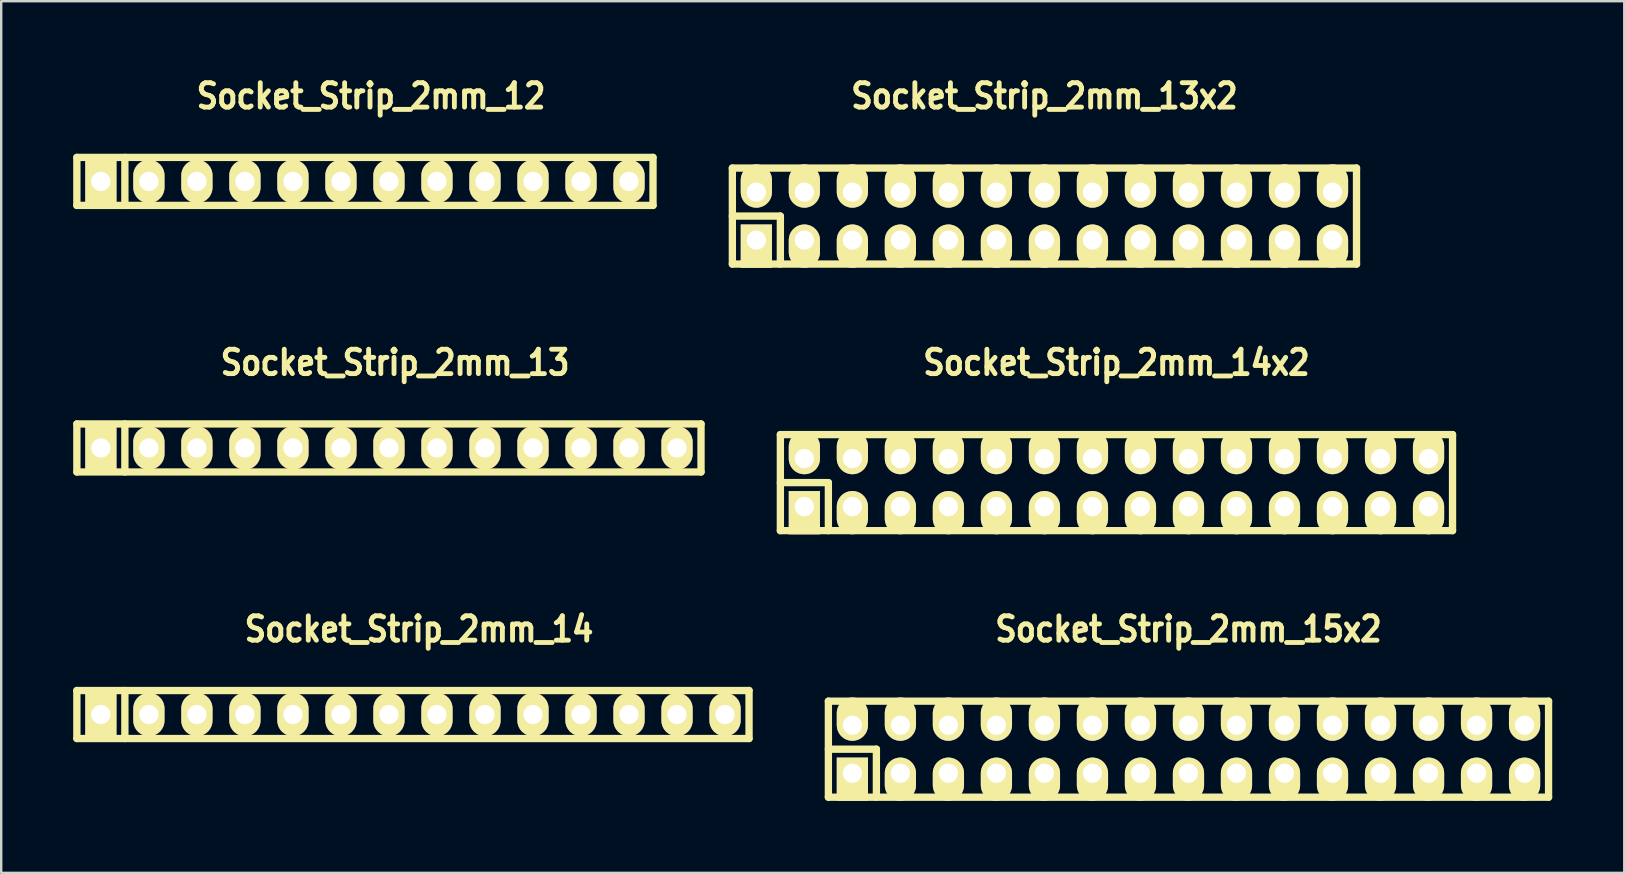
<source format=kicad_pcb>
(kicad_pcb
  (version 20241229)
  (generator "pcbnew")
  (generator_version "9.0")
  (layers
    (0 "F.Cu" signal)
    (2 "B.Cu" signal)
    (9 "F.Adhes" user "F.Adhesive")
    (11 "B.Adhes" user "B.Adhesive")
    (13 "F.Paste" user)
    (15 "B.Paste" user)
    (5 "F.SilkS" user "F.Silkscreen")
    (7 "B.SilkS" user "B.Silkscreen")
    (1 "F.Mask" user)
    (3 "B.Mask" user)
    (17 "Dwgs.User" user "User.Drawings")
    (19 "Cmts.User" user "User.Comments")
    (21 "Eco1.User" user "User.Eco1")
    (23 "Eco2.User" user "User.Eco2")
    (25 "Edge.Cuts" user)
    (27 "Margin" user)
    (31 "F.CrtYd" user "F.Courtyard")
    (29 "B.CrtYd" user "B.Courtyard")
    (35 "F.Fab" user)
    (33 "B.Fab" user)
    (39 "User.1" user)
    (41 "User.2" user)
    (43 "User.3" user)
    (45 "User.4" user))
  (footprint "Socket_Strip_2mm_15x2"
    (layer "F.Cu")
    (at 46.457 28.158)
    (property "Reference" "Socket_Strip_2mm_15x2" (at 0 -5 0) (layer "F.SilkS") (effects (font (size 1.016 0.889) (thickness 0.203))))
    (attr through_hole)
    (fp_line (start -15 -2) (end 15 -2) (stroke (width 0.305) (type solid)) (layer "F.SilkS"))
    (fp_line (start -15 0) (end -13 0) (stroke (width 0.305) (type solid)) (layer "F.SilkS"))
    (fp_line (start -15 2) (end -15 -2) (stroke (width 0.305) (type solid)) (layer "F.SilkS"))
    (fp_line (start -13 0) (end -13 2) (stroke (width 0.305) (type solid)) (layer "F.SilkS"))
    (fp_line (start 15 -2) (end 15 2) (stroke (width 0.305) (type solid)) (layer "F.SilkS"))
    (fp_line (start 15 2) (end -15 2) (stroke (width 0.305) (type solid)) (layer "F.SilkS"))
    (pad "1" thru_hole rect (at -14 1) (size 1.3 1.8) (drill 0.8 (offset 0 0.25)) (layers "*.Cu" "*.Mask" "F.SilkS"))
    (pad "2" thru_hole oval (at -14 -1) (size 1.3 1.8) (drill 0.8 (offset 0 -0.25)) (layers "*.Cu" "*.Mask" "F.SilkS"))
    (pad "3" thru_hole oval (at -12 1) (size 1.3 1.8) (drill 0.8 (offset 0 0.25)) (layers "*.Cu" "*.Mask" "F.SilkS"))
    (pad "4" thru_hole oval (at -12 -1) (size 1.3 1.8) (drill 0.8 (offset 0 -0.25)) (layers "*.Cu" "*.Mask" "F.SilkS"))
    (pad "5" thru_hole oval (at -10 1) (size 1.3 1.8) (drill 0.8 (offset 0 0.25)) (layers "*.Cu" "*.Mask" "F.SilkS"))
    (pad "6" thru_hole oval (at -10 -1) (size 1.3 1.8) (drill 0.8 (offset 0 -0.25)) (layers "*.Cu" "*.Mask" "F.SilkS"))
    (pad "7" thru_hole oval (at -8 1) (size 1.3 1.8) (drill 0.8 (offset 0 0.25)) (layers "*.Cu" "*.Mask" "F.SilkS"))
    (pad "8" thru_hole oval (at -8 -1) (size 1.3 1.8) (drill 0.8 (offset 0 -0.25)) (layers "*.Cu" "*.Mask" "F.SilkS"))
    (pad "9" thru_hole oval (at -6 1) (size 1.3 1.8) (drill 0.8 (offset 0 0.25)) (layers "*.Cu" "*.Mask" "F.SilkS"))
    (pad "10" thru_hole oval (at -6 -1) (size 1.3 1.8) (drill 0.8 (offset 0 -0.25)) (layers "*.Cu" "*.Mask" "F.SilkS"))
    (pad "11" thru_hole oval (at -4 1) (size 1.3 1.8) (drill 0.8 (offset 0 0.25)) (layers "*.Cu" "*.Mask" "F.SilkS"))
    (pad "12" thru_hole oval (at -4 -1) (size 1.3 1.8) (drill 0.8 (offset 0 -0.25)) (layers "*.Cu" "*.Mask" "F.SilkS"))
    (pad "13" thru_hole oval (at -2 1) (size 1.3 1.8) (drill 0.8 (offset 0 0.25)) (layers "*.Cu" "*.Mask" "F.SilkS"))
    (pad "14" thru_hole oval (at -2 -1) (size 1.3 1.8) (drill 0.8 (offset 0 -0.25)) (layers "*.Cu" "*.Mask" "F.SilkS"))
    (pad "15" thru_hole oval (at 0 1) (size 1.3 1.8) (drill 0.8 (offset 0 0.25)) (layers "*.Cu" "*.Mask" "F.SilkS"))
    (pad "16" thru_hole oval (at 0 -1) (size 1.3 1.8) (drill 0.8 (offset 0 -0.25)) (layers "*.Cu" "*.Mask" "F.SilkS"))
    (pad "17" thru_hole oval (at 2 1) (size 1.3 1.8) (drill 0.8 (offset 0 0.25)) (layers "*.Cu" "*.Mask" "F.SilkS"))
    (pad "18" thru_hole oval (at 2 -1) (size 1.3 1.8) (drill 0.8 (offset 0 -0.25)) (layers "*.Cu" "*.Mask" "F.SilkS"))
    (pad "19" thru_hole oval (at 4 1) (size 1.3 1.8) (drill 0.8 (offset 0 0.25)) (layers "*.Cu" "*.Mask" "F.SilkS"))
    (pad "20" thru_hole oval (at 4 -1) (size 1.3 1.8) (drill 0.8 (offset 0 -0.25)) (layers "*.Cu" "*.Mask" "F.SilkS"))
    (pad "21" thru_hole oval (at 6 1) (size 1.3 1.8) (drill 0.8 (offset 0 0.25)) (layers "*.Cu" "*.Mask" "F.SilkS"))
    (pad "22" thru_hole oval (at 6 -1) (size 1.3 1.8) (drill 0.8 (offset 0 -0.25)) (layers "*.Cu" "*.Mask" "F.SilkS"))
    (pad "23" thru_hole oval (at 8 1) (size 1.3 1.8) (drill 0.8 (offset 0 0.25)) (layers "*.Cu" "*.Mask" "F.SilkS"))
    (pad "24" thru_hole oval (at 8 -1) (size 1.3 1.8) (drill 0.8 (offset 0 -0.25)) (layers "*.Cu" "*.Mask" "F.SilkS"))
    (pad "25" thru_hole oval (at 10 1) (size 1.3 1.8) (drill 0.8 (offset 0 0.25)) (layers "*.Cu" "*.Mask" "F.SilkS"))
    (pad "26" thru_hole oval (at 10 -1) (size 1.3 1.8) (drill 0.8 (offset 0 -0.25)) (layers "*.Cu" "*.Mask" "F.SilkS"))
    (pad "27" thru_hole oval (at 12 1) (size 1.3 1.8) (drill 0.8 (offset 0 0.25)) (layers "*.Cu" "*.Mask" "F.SilkS"))
    (pad "28" thru_hole oval (at 12 -1) (size 1.3 1.8) (drill 0.8 (offset 0 -0.25)) (layers "*.Cu" "*.Mask" "F.SilkS"))
    (pad "29" thru_hole oval (at 14 1) (size 1.3 1.8) (drill 0.8 (offset 0 0.25)) (layers "*.Cu" "*.Mask" "F.SilkS"))
    (pad "30" thru_hole oval (at 14 -1) (size 1.3 1.8) (drill 0.8 (offset 0 -0.25)) (layers "*.Cu" "*.Mask" "F.SilkS")))
  (footprint "Socket_Strip_2mm_14x2"
    (layer "F.Cu")
    (at 43.457 17.054)
    (property "Reference" "Socket_Strip_2mm_14x2" (at 0 -5 0) (layer "F.SilkS") (effects (font (size 1.016 0.889) (thickness 0.203))))
    (attr through_hole)
    (fp_line (start -14 -2) (end 14 -2) (stroke (width 0.305) (type solid)) (layer "F.SilkS"))
    (fp_line (start -14 0) (end -12 0) (stroke (width 0.305) (type solid)) (layer "F.SilkS"))
    (fp_line (start -14 2) (end -14 -2) (stroke (width 0.305) (type solid)) (layer "F.SilkS"))
    (fp_line (start -12 0) (end -12 2) (stroke (width 0.305) (type solid)) (layer "F.SilkS"))
    (fp_line (start 14 -2) (end 14 2) (stroke (width 0.305) (type solid)) (layer "F.SilkS"))
    (fp_line (start 14 2) (end -14 2) (stroke (width 0.305) (type solid)) (layer "F.SilkS"))
    (pad "1" thru_hole rect (at -13 1) (size 1.3 1.8) (drill 0.8 (offset 0 0.25)) (layers "*.Cu" "*.Mask" "F.SilkS"))
    (pad "2" thru_hole oval (at -13 -1) (size 1.3 1.8) (drill 0.8 (offset 0 -0.25)) (layers "*.Cu" "*.Mask" "F.SilkS"))
    (pad "3" thru_hole oval (at -11 1) (size 1.3 1.8) (drill 0.8 (offset 0 0.25)) (layers "*.Cu" "*.Mask" "F.SilkS"))
    (pad "4" thru_hole oval (at -11 -1) (size 1.3 1.8) (drill 0.8 (offset 0 -0.25)) (layers "*.Cu" "*.Mask" "F.SilkS"))
    (pad "5" thru_hole oval (at -9 1) (size 1.3 1.8) (drill 0.8 (offset 0 0.25)) (layers "*.Cu" "*.Mask" "F.SilkS"))
    (pad "6" thru_hole oval (at -9 -1) (size 1.3 1.8) (drill 0.8 (offset 0 -0.25)) (layers "*.Cu" "*.Mask" "F.SilkS"))
    (pad "7" thru_hole oval (at -7 1) (size 1.3 1.8) (drill 0.8 (offset 0 0.25)) (layers "*.Cu" "*.Mask" "F.SilkS"))
    (pad "8" thru_hole oval (at -7 -1) (size 1.3 1.8) (drill 0.8 (offset 0 -0.25)) (layers "*.Cu" "*.Mask" "F.SilkS"))
    (pad "9" thru_hole oval (at -5 1) (size 1.3 1.8) (drill 0.8 (offset 0 0.25)) (layers "*.Cu" "*.Mask" "F.SilkS"))
    (pad "10" thru_hole oval (at -5 -1) (size 1.3 1.8) (drill 0.8 (offset 0 -0.25)) (layers "*.Cu" "*.Mask" "F.SilkS"))
    (pad "11" thru_hole oval (at -3 1) (size 1.3 1.8) (drill 0.8 (offset 0 0.25)) (layers "*.Cu" "*.Mask" "F.SilkS"))
    (pad "12" thru_hole oval (at -3 -1) (size 1.3 1.8) (drill 0.8 (offset 0 -0.25)) (layers "*.Cu" "*.Mask" "F.SilkS"))
    (pad "13" thru_hole oval (at -1 1) (size 1.3 1.8) (drill 0.8 (offset 0 0.25)) (layers "*.Cu" "*.Mask" "F.SilkS"))
    (pad "14" thru_hole oval (at -1 -1) (size 1.3 1.8) (drill 0.8 (offset 0 -0.25)) (layers "*.Cu" "*.Mask" "F.SilkS"))
    (pad "15" thru_hole oval (at 1 1) (size 1.3 1.8) (drill 0.8 (offset 0 0.25)) (layers "*.Cu" "*.Mask" "F.SilkS"))
    (pad "16" thru_hole oval (at 1 -1) (size 1.3 1.8) (drill 0.8 (offset 0 -0.25)) (layers "*.Cu" "*.Mask" "F.SilkS"))
    (pad "17" thru_hole oval (at 3 1) (size 1.3 1.8) (drill 0.8 (offset 0 0.25)) (layers "*.Cu" "*.Mask" "F.SilkS"))
    (pad "18" thru_hole oval (at 3 -1) (size 1.3 1.8) (drill 0.8 (offset 0 -0.25)) (layers "*.Cu" "*.Mask" "F.SilkS"))
    (pad "19" thru_hole oval (at 5 1) (size 1.3 1.8) (drill 0.8 (offset 0 0.25)) (layers "*.Cu" "*.Mask" "F.SilkS"))
    (pad "20" thru_hole oval (at 5 -1) (size 1.3 1.8) (drill 0.8 (offset 0 -0.25)) (layers "*.Cu" "*.Mask" "F.SilkS"))
    (pad "21" thru_hole oval (at 7 1) (size 1.3 1.8) (drill 0.8 (offset 0 0.25)) (layers "*.Cu" "*.Mask" "F.SilkS"))
    (pad "22" thru_hole oval (at 7 -1) (size 1.3 1.8) (drill 0.8 (offset 0 -0.25)) (layers "*.Cu" "*.Mask" "F.SilkS"))
    (pad "23" thru_hole oval (at 9 1) (size 1.3 1.8) (drill 0.8 (offset 0 0.25)) (layers "*.Cu" "*.Mask" "F.SilkS"))
    (pad "24" thru_hole oval (at 9 -1) (size 1.3 1.8) (drill 0.8 (offset 0 -0.25)) (layers "*.Cu" "*.Mask" "F.SilkS"))
    (pad "25" thru_hole oval (at 11 1) (size 1.3 1.8) (drill 0.8 (offset 0 0.25)) (layers "*.Cu" "*.Mask" "F.SilkS"))
    (pad "26" thru_hole oval (at 11 -1) (size 1.3 1.8) (drill 0.8 (offset 0 -0.25)) (layers "*.Cu" "*.Mask" "F.SilkS"))
    (pad "27" thru_hole oval (at 13 1) (size 1.3 1.8) (drill 0.8 (offset 0 0.25)) (layers "*.Cu" "*.Mask" "F.SilkS"))
    (pad "28" thru_hole oval (at 13 -1) (size 1.3 1.8) (drill 0.8 (offset 0 -0.25)) (layers "*.Cu" "*.Mask" "F.SilkS")))
  (footprint "Socket_Strip_2mm_13"
    (layer "F.Cu")
    (at 13.152 15.61)
    (property "Reference" "Socket_Strip_2mm_13" (at 0.254 -3.556 0) (layer "F.SilkS") (effects (font (size 1.016 0.889) (thickness 0.203))))
    (attr through_hole)
    (fp_line (start -13 -1) (end 13 -1) (stroke (width 0.305) (type solid)) (layer "F.SilkS"))
    (fp_line (start -13 1) (end -13 -1) (stroke (width 0.305) (type solid)) (layer "F.SilkS"))
    (fp_line (start -11 -1) (end -11 1) (stroke (width 0.305) (type solid)) (layer "F.SilkS"))
    (fp_line (start 13 -1) (end 13 1) (stroke (width 0.305) (type solid)) (layer "F.SilkS"))
    (fp_line (start 13 1) (end -13 1) (stroke (width 0.305) (type solid)) (layer "F.SilkS"))
    (pad "1" thru_hole rect (at -12 0) (size 1.3 1.8) (drill 0.8) (layers "*.Cu" "*.Mask" "F.SilkS"))
    (pad "2" thru_hole oval (at -10 0) (size 1.3 1.8) (drill 0.8) (layers "*.Cu" "*.Mask" "F.SilkS"))
    (pad "3" thru_hole oval (at -8 0) (size 1.3 1.8) (drill 0.8) (layers "*.Cu" "*.Mask" "F.SilkS"))
    (pad "4" thru_hole oval (at -6 0) (size 1.3 1.8) (drill 0.8) (layers "*.Cu" "*.Mask" "F.SilkS"))
    (pad "5" thru_hole oval (at -4 0) (size 1.3 1.8) (drill 0.8) (layers "*.Cu" "*.Mask" "F.SilkS"))
    (pad "6" thru_hole oval (at -2 0) (size 1.3 1.8) (drill 0.8) (layers "*.Cu" "*.Mask" "F.SilkS"))
    (pad "7" thru_hole oval (at 0 0) (size 1.3 1.8) (drill 0.8) (layers "*.Cu" "*.Mask" "F.SilkS"))
    (pad "8" thru_hole oval (at 2 0) (size 1.3 1.8) (drill 0.8) (layers "*.Cu" "*.Mask" "F.SilkS"))
    (pad "9" thru_hole oval (at 4 0) (size 1.3 1.8) (drill 0.8) (layers "*.Cu" "*.Mask" "F.SilkS"))
    (pad "10" thru_hole oval (at 6 0) (size 1.3 1.8) (drill 0.8) (layers "*.Cu" "*.Mask" "F.SilkS"))
    (pad "11" thru_hole oval (at 8 0) (size 1.3 1.8) (drill 0.8) (layers "*.Cu" "*.Mask" "F.SilkS"))
    (pad "12" thru_hole oval (at 10 0) (size 1.3 1.8) (drill 0.8) (layers "*.Cu" "*.Mask" "F.SilkS"))
    (pad "13" thru_hole oval (at 12 0) (size 1.3 1.8) (drill 0.8) (layers "*.Cu" "*.Mask" "F.SilkS")))
  (footprint "Socket_Strip_2mm_12"
    (layer "F.Cu")
    (at 12.152 4.507)
    (property "Reference" "Socket_Strip_2mm_12" (at 0.254 -3.556 0) (layer "F.SilkS") (effects (font (size 1.016 0.889) (thickness 0.203))))
    (attr through_hole)
    (fp_line (start -12 -1) (end 12 -1) (stroke (width 0.305) (type solid)) (layer "F.SilkS"))
    (fp_line (start -12 1) (end -12 -1) (stroke (width 0.305) (type solid)) (layer "F.SilkS"))
    (fp_line (start -10 -1) (end -10 1) (stroke (width 0.305) (type solid)) (layer "F.SilkS"))
    (fp_line (start 12 -1) (end 12 1) (stroke (width 0.305) (type solid)) (layer "F.SilkS"))
    (fp_line (start 12 1) (end -12 1) (stroke (width 0.305) (type solid)) (layer "F.SilkS"))
    (pad "1" thru_hole rect (at -11 0) (size 1.3 1.8) (drill 0.8) (layers "*.Cu" "*.Mask" "F.SilkS"))
    (pad "2" thru_hole oval (at -9 0) (size 1.3 1.8) (drill 0.8) (layers "*.Cu" "*.Mask" "F.SilkS"))
    (pad "3" thru_hole oval (at -7 0) (size 1.3 1.8) (drill 0.8) (layers "*.Cu" "*.Mask" "F.SilkS"))
    (pad "4" thru_hole oval (at -5 0) (size 1.3 1.8) (drill 0.8) (layers "*.Cu" "*.Mask" "F.SilkS"))
    (pad "5" thru_hole oval (at -3 0) (size 1.3 1.8) (drill 0.8) (layers "*.Cu" "*.Mask" "F.SilkS"))
    (pad "6" thru_hole oval (at -1 0) (size 1.3 1.8) (drill 0.8) (layers "*.Cu" "*.Mask" "F.SilkS"))
    (pad "7" thru_hole oval (at 1 0) (size 1.3 1.8) (drill 0.8) (layers "*.Cu" "*.Mask" "F.SilkS"))
    (pad "8" thru_hole oval (at 3 0) (size 1.3 1.8) (drill 0.8) (layers "*.Cu" "*.Mask" "F.SilkS"))
    (pad "9" thru_hole oval (at 5 0) (size 1.3 1.8) (drill 0.8) (layers "*.Cu" "*.Mask" "F.SilkS"))
    (pad "10" thru_hole oval (at 7 0) (size 1.3 1.8) (drill 0.8) (layers "*.Cu" "*.Mask" "F.SilkS"))
    (pad "11" thru_hole oval (at 9 0) (size 1.3 1.8) (drill 0.8) (layers "*.Cu" "*.Mask" "F.SilkS"))
    (pad "12" thru_hole oval (at 11 0) (size 1.3 1.8) (drill 0.8) (layers "*.Cu" "*.Mask" "F.SilkS")))
  (footprint "Socket_Strip_2mm_13x2"
    (layer "F.Cu")
    (at 40.457 5.951)
    (property "Reference" "Socket_Strip_2mm_13x2" (at 0 -5 0) (layer "F.SilkS") (effects (font (size 1.016 0.889) (thickness 0.203))))
    (attr through_hole)
    (fp_line (start -13 -2) (end 13 -2) (stroke (width 0.305) (type solid)) (layer "F.SilkS"))
    (fp_line (start -13 0) (end -11 0) (stroke (width 0.305) (type solid)) (layer "F.SilkS"))
    (fp_line (start -13 2) (end -13 -2) (stroke (width 0.305) (type solid)) (layer "F.SilkS"))
    (fp_line (start -11 0) (end -11 2) (stroke (width 0.305) (type solid)) (layer "F.SilkS"))
    (fp_line (start 13 -2) (end 13 2) (stroke (width 0.305) (type solid)) (layer "F.SilkS"))
    (fp_line (start 13 2) (end -13 2) (stroke (width 0.305) (type solid)) (layer "F.SilkS"))
    (pad "1" thru_hole rect (at -12 1) (size 1.3 1.8) (drill 0.8 (offset 0 0.25)) (layers "*.Cu" "*.Mask" "F.SilkS"))
    (pad "2" thru_hole oval (at -12 -1) (size 1.3 1.8) (drill 0.8 (offset 0 -0.25)) (layers "*.Cu" "*.Mask" "F.SilkS"))
    (pad "3" thru_hole oval (at -10 1) (size 1.3 1.8) (drill 0.8 (offset 0 0.25)) (layers "*.Cu" "*.Mask" "F.SilkS"))
    (pad "4" thru_hole oval (at -10 -1) (size 1.3 1.8) (drill 0.8 (offset 0 -0.25)) (layers "*.Cu" "*.Mask" "F.SilkS"))
    (pad "5" thru_hole oval (at -8 1) (size 1.3 1.8) (drill 0.8 (offset 0 0.25)) (layers "*.Cu" "*.Mask" "F.SilkS"))
    (pad "6" thru_hole oval (at -8 -1) (size 1.3 1.8) (drill 0.8 (offset 0 -0.25)) (layers "*.Cu" "*.Mask" "F.SilkS"))
    (pad "7" thru_hole oval (at -6 1) (size 1.3 1.8) (drill 0.8 (offset 0 0.25)) (layers "*.Cu" "*.Mask" "F.SilkS"))
    (pad "8" thru_hole oval (at -6 -1) (size 1.3 1.8) (drill 0.8 (offset 0 -0.25)) (layers "*.Cu" "*.Mask" "F.SilkS"))
    (pad "9" thru_hole oval (at -4 1) (size 1.3 1.8) (drill 0.8 (offset 0 0.25)) (layers "*.Cu" "*.Mask" "F.SilkS"))
    (pad "10" thru_hole oval (at -4 -1) (size 1.3 1.8) (drill 0.8 (offset 0 -0.25)) (layers "*.Cu" "*.Mask" "F.SilkS"))
    (pad "11" thru_hole oval (at -2 1) (size 1.3 1.8) (drill 0.8 (offset 0 0.25)) (layers "*.Cu" "*.Mask" "F.SilkS"))
    (pad "12" thru_hole oval (at -2 -1) (size 1.3 1.8) (drill 0.8 (offset 0 -0.25)) (layers "*.Cu" "*.Mask" "F.SilkS"))
    (pad "13" thru_hole oval (at 0 1) (size 1.3 1.8) (drill 0.8 (offset 0 0.25)) (layers "*.Cu" "*.Mask" "F.SilkS"))
    (pad "14" thru_hole oval (at 0 -1) (size 1.3 1.8) (drill 0.8 (offset 0 -0.25)) (layers "*.Cu" "*.Mask" "F.SilkS"))
    (pad "15" thru_hole oval (at 2 1) (size 1.3 1.8) (drill 0.8 (offset 0 0.25)) (layers "*.Cu" "*.Mask" "F.SilkS"))
    (pad "16" thru_hole oval (at 2 -1) (size 1.3 1.8) (drill 0.8 (offset 0 -0.25)) (layers "*.Cu" "*.Mask" "F.SilkS"))
    (pad "17" thru_hole oval (at 4 1) (size 1.3 1.8) (drill 0.8 (offset 0 0.25)) (layers "*.Cu" "*.Mask" "F.SilkS"))
    (pad "18" thru_hole oval (at 4 -1) (size 1.3 1.8) (drill 0.8 (offset 0 -0.25)) (layers "*.Cu" "*.Mask" "F.SilkS"))
    (pad "19" thru_hole oval (at 6 1) (size 1.3 1.8) (drill 0.8 (offset 0 0.25)) (layers "*.Cu" "*.Mask" "F.SilkS"))
    (pad "20" thru_hole oval (at 6 -1) (size 1.3 1.8) (drill 0.8 (offset 0 -0.25)) (layers "*.Cu" "*.Mask" "F.SilkS"))
    (pad "21" thru_hole oval (at 8 1) (size 1.3 1.8) (drill 0.8 (offset 0 0.25)) (layers "*.Cu" "*.Mask" "F.SilkS"))
    (pad "22" thru_hole oval (at 8 -1) (size 1.3 1.8) (drill 0.8 (offset 0 -0.25)) (layers "*.Cu" "*.Mask" "F.SilkS"))
    (pad "23" thru_hole oval (at 10 1) (size 1.3 1.8) (drill 0.8 (offset 0 0.25)) (layers "*.Cu" "*.Mask" "F.SilkS"))
    (pad "24" thru_hole oval (at 10 -1) (size 1.3 1.8) (drill 0.8 (offset 0 -0.25)) (layers "*.Cu" "*.Mask" "F.SilkS"))
    (pad "25" thru_hole oval (at 12 1) (size 1.3 1.8) (drill 0.8 (offset 0 0.25)) (layers "*.Cu" "*.Mask" "F.SilkS"))
    (pad "26" thru_hole oval (at 12 -1) (size 1.3 1.8) (drill 0.8 (offset 0 -0.25)) (layers "*.Cu" "*.Mask" "F.SilkS")))
  (footprint "Socket_Strip_2mm_14"
    (layer "F.Cu")
    (at 14.152 26.714)
    (property "Reference" "Socket_Strip_2mm_14" (at 0.254 -3.556 0) (layer "F.SilkS") (effects (font (size 1.016 0.889) (thickness 0.203))))
    (attr through_hole)
    (fp_line (start -14 -1) (end 14 -1) (stroke (width 0.305) (type solid)) (layer "F.SilkS"))
    (fp_line (start -14 1) (end -14 -1) (stroke (width 0.305) (type solid)) (layer "F.SilkS"))
    (fp_line (start -12 -1) (end -12 1) (stroke (width 0.305) (type solid)) (layer "F.SilkS"))
    (fp_line (start 14 -1) (end 14 1) (stroke (width 0.305) (type solid)) (layer "F.SilkS"))
    (fp_line (start 14 1) (end -14 1) (stroke (width 0.305) (type solid)) (layer "F.SilkS"))
    (pad "1" thru_hole rect (at -13 0) (size 1.3 1.8) (drill 0.8) (layers "*.Cu" "*.Mask" "F.SilkS"))
    (pad "2" thru_hole oval (at -11 0) (size 1.3 1.8) (drill 0.8) (layers "*.Cu" "*.Mask" "F.SilkS"))
    (pad "3" thru_hole oval (at -9 0) (size 1.3 1.8) (drill 0.8) (layers "*.Cu" "*.Mask" "F.SilkS"))
    (pad "4" thru_hole oval (at -7 0) (size 1.3 1.8) (drill 0.8) (layers "*.Cu" "*.Mask" "F.SilkS"))
    (pad "5" thru_hole oval (at -5 0) (size 1.3 1.8) (drill 0.8) (layers "*.Cu" "*.Mask" "F.SilkS"))
    (pad "6" thru_hole oval (at -3 0) (size 1.3 1.8) (drill 0.8) (layers "*.Cu" "*.Mask" "F.SilkS"))
    (pad "7" thru_hole oval (at -1 0) (size 1.3 1.8) (drill 0.8) (layers "*.Cu" "*.Mask" "F.SilkS"))
    (pad "8" thru_hole oval (at 1 0) (size 1.3 1.8) (drill 0.8) (layers "*.Cu" "*.Mask" "F.SilkS"))
    (pad "9" thru_hole oval (at 3 0) (size 1.3 1.8) (drill 0.8) (layers "*.Cu" "*.Mask" "F.SilkS"))
    (pad "10" thru_hole oval (at 5 0) (size 1.3 1.8) (drill 0.8) (layers "*.Cu" "*.Mask" "F.SilkS"))
    (pad "11" thru_hole oval (at 7 0) (size 1.3 1.8) (drill 0.8) (layers "*.Cu" "*.Mask" "F.SilkS"))
    (pad "12" thru_hole oval (at 9 0) (size 1.3 1.8) (drill 0.8) (layers "*.Cu" "*.Mask" "F.SilkS"))
    (pad "13" thru_hole oval (at 11 0) (size 1.3 1.8) (drill 0.8) (layers "*.Cu" "*.Mask" "F.SilkS"))
    (pad "14" thru_hole oval (at 13 0) (size 1.3 1.8) (drill 0.8) (layers "*.Cu" "*.Mask" "F.SilkS")))
  (gr_rect
    (start -3 -3)
    (end 64.61 33.31)
    (stroke (width 0.1) (type default))
    (fill no)
    (layer "Edge.Cuts")))
</source>
